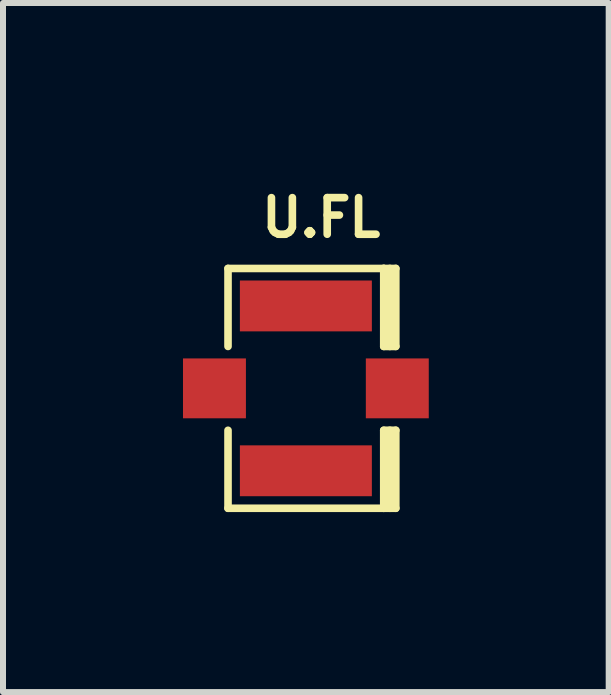
<source format=kicad_pcb>
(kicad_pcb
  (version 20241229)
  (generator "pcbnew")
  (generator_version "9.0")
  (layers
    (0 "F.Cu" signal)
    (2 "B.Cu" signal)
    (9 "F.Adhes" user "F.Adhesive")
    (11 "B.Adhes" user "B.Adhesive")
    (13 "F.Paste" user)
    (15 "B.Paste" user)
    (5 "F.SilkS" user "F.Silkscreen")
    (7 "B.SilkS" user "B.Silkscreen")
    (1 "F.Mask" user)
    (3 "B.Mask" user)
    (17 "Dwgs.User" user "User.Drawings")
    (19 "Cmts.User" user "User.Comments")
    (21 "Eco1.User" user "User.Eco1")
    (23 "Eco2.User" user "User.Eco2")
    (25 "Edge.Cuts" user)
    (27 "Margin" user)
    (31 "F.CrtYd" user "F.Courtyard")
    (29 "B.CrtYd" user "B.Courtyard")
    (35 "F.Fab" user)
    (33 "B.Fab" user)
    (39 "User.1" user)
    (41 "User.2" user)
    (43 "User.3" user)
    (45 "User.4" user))
  (footprint "U.FL"
    (layer "F.Cu")
    (at 2.049 3.424)
    (property "Reference" "U.FL" (at 0.254 -2.845 0) (layer "F.SilkS") (effects (font (size 0.61 0.61) (thickness 0.127))))
    (attr smd)
    (fp_line (start -1.298 -0.699) (end -1.298 -1.999) (stroke (width 0.127) (type solid)) (layer "F.SilkS"))
    (fp_line (start -1.298 1.999) (end -1.298 0.699) (stroke (width 0.127) (type solid)) (layer "F.SilkS"))
    (fp_line (start -1.298 1.999) (end 1.298 1.999) (stroke (width 0.127) (type solid)) (layer "F.SilkS"))
    (fp_line (start 1.298 -1.999) (end -1.298 -1.999) (stroke (width 0.127) (type solid)) (layer "F.SilkS"))
    (fp_line (start 1.298 -0.699) (end 1.298 -1.999) (stroke (width 0.127) (type solid)) (layer "F.SilkS"))
    (fp_line (start 1.298 1.999) (end 1.298 0.699) (stroke (width 0.127) (type solid)) (layer "F.SilkS"))
    (fp_line (start 1.4 -0.699) (end 1.4 -1.999) (stroke (width 0.127) (type solid)) (layer "F.SilkS"))
    (fp_line (start 1.4 1.999) (end 1.4 0.699) (stroke (width 0.127) (type solid)) (layer "F.SilkS"))
    (fp_line (start 1.499 -1.999) (end 1.298 -1.999) (stroke (width 0.127) (type solid)) (layer "F.SilkS"))
    (fp_line (start 1.499 -0.699) (end 1.298 -0.699) (stroke (width 0.127) (type solid)) (layer "F.SilkS"))
    (fp_line (start 1.499 -0.699) (end 1.499 -1.999) (stroke (width 0.127) (type solid)) (layer "F.SilkS"))
    (fp_line (start 1.499 0.699) (end 1.298 0.699) (stroke (width 0.127) (type solid)) (layer "F.SilkS"))
    (fp_line (start 1.499 1.999) (end 1.298 1.999) (stroke (width 0.127) (type solid)) (layer "F.SilkS"))
    (fp_line (start 1.499 1.999) (end 1.499 0.699) (stroke (width 0.127) (type solid)) (layer "F.SilkS"))
    (pad "P$1" smd rect (at 0 -1.374) (size 2.2 0.848) (layers "F.Cu" "F.Mask" "F.Paste"))
    (pad "P$2" smd rect (at 0 1.374) (size 2.2 0.848) (layers "F.Cu" "F.Mask" "F.Paste"))
    (pad "P$3" smd rect (at 1.524 0) (size 1.049 0.998) (layers "F.Cu" "F.Mask" "F.Paste"))
    (pad "P$4" smd rect (at -1.524 0) (size 1.049 0.998) (layers "F.Cu" "F.Mask" "F.Paste")))
  (gr_rect
    (start -3 -3)
    (end 7.097 8.487)
    (stroke (width 0.1) (type default))
    (fill no)
    (layer "Edge.Cuts")))
</source>
